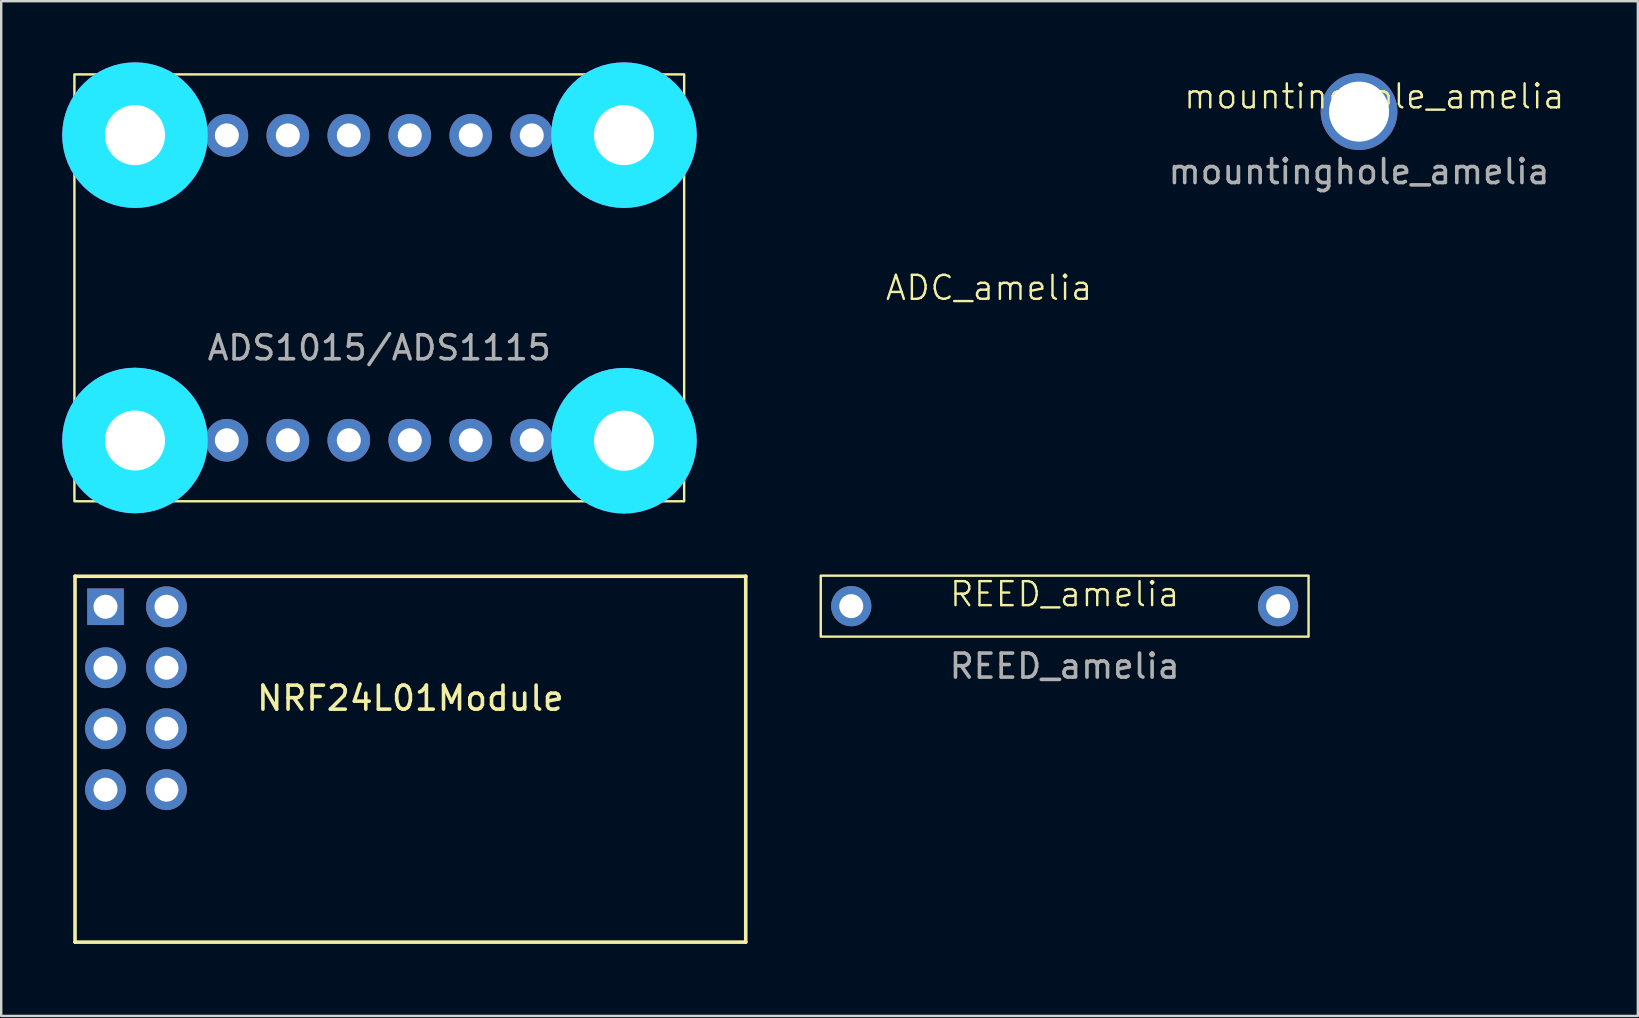
<source format=kicad_pcb>
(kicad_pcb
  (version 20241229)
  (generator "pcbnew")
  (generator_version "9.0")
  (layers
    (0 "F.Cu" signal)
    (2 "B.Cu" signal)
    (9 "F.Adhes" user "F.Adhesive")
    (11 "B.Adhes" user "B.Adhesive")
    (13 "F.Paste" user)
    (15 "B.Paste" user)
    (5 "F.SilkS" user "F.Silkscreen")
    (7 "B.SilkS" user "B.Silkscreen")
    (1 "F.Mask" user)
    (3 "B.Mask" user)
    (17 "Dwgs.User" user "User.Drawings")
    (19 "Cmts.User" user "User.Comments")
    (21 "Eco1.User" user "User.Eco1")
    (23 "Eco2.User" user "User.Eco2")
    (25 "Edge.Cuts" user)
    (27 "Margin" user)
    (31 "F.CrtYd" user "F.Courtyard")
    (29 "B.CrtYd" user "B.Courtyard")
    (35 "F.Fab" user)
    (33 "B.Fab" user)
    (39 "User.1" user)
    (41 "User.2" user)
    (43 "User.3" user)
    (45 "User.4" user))
  (footprint "mountinghole_amelia"
    (layer "F.Cu")
    (at 53.563 1.6)
    (property "Reference" "mountinghole_amelia" (at 0.635 -0.635 0) (unlocked yes) (layer "F.SilkS") (effects (font (size 1 1) (thickness 0.1))))
    (attr smd)
    (fp_text user "${REFERENCE}" (at 0 2.5 0) (unlocked yes) (layer "F.Fab") (effects (font (size 1 1) (thickness 0.15))))
    (pad "P$1" thru_hole circle (at 0 0) (size 3.2 3.2) (drill 2.5) (layers "*.Cu" "*.Mask")))
  (footprint "ADC_amelia"
    (layer "F.Cu")
    (at 12.75 8.94)
    (property "Reference" "ADC_amelia" (at 25.4 0 0) (unlocked yes) (layer "F.SilkS") (effects (font (size 1 1) (thickness 0.1))))
    (attr smd)
    (fp_rect (start -12.7 -8.89) (end 12.7 8.89) (stroke (width 0.1) (type default)) (fill no) (layer "F.SilkS"))
    (fp_circle (center -10.176 -6.36) (end -8.176 -6.36) (stroke (width 0.203) (type solid)) (fill no) (layer "F.SilkS"))
    (fp_circle (center -10.176 6.36) (end -8.176 6.36) (stroke (width 0.203) (type solid)) (fill no) (layer "F.SilkS"))
    (fp_circle (center 10.192 -6.36) (end 12.192 -6.36) (stroke (width 0.203) (type solid)) (fill no) (layer "F.SilkS"))
    (fp_circle (center 10.192 6.37) (end 12.192 6.37) (stroke (width 0.203) (type solid)) (fill no) (layer "F.SilkS"))
    (fp_circle (center -10.176 -6.36) (end -9.176 -6.36) (stroke (width 2.032) (type solid)) (fill no) (layer "B.CrtYd"))
    (fp_circle (center -10.176 6.36) (end -9.176 6.36) (stroke (width 2.032) (type solid)) (fill no) (layer "B.CrtYd"))
    (fp_circle (center 10.192 -6.36) (end 11.192 -6.36) (stroke (width 2.032) (type solid)) (fill no) (layer "B.CrtYd"))
    (fp_circle (center 10.192 6.37) (end 11.192 6.37) (stroke (width 2.032) (type solid)) (fill no) (layer "B.CrtYd"))
    (fp_circle (center -10.176 -6.36) (end -9.176 -6.36) (stroke (width 2.032) (type solid)) (fill no) (layer "F.CrtYd"))
    (fp_circle (center -10.176 6.36) (end -9.176 6.36) (stroke (width 2.032) (type solid)) (fill no) (layer "F.CrtYd"))
    (fp_circle (center 10.192 -6.36) (end 11.192 -6.36) (stroke (width 2.032) (type solid)) (fill no) (layer "F.CrtYd"))
    (fp_circle (center 10.192 6.37) (end 11.192 6.37) (stroke (width 2.032) (type solid)) (fill no) (layer "F.CrtYd"))
    (fp_poly (pts (xy 6.096 -6.096) (xy 6.604 -6.096) (xy 6.604 -6.604) (xy 6.096 -6.604)) (stroke (width 0.1) (type default)) (fill no) (layer "F.Fab"))
    (fp_text user "ADS1015/ADS1115" (at 0 2.5 0) (unlocked yes) (layer "F.Fab") (effects (font (size 1 1) (thickness 0.15))))
    (pad "1" thru_hole circle (at 3.81 6.35 90) (size 1.778 1.778) (drill 1) (layers "*.Cu" "*.Mask"))
    (pad "2" thru_hole circle (at 6.35 6.35 90) (size 1.778 1.778) (drill 1) (layers "*.Cu" "*.Mask"))
    (pad "3" thru_hole circle (at -3.81 6.35 90) (size 1.778 1.778) (drill 1) (layers "*.Cu" "*.Mask"))
    (pad "4" thru_hole circle (at -3.81 -6.35 90) (size 1.778 1.778) (drill 1) (layers "*.Cu" "*.Mask"))
    (pad "5" thru_hole circle (at -1.27 -6.35 90) (size 1.778 1.778) (drill 1) (layers "*.Cu" "*.Mask"))
    (pad "6" thru_hole circle (at 1.27 -6.35 90) (size 1.778 1.778) (drill 1) (layers "*.Cu" "*.Mask"))
    (pad "7" thru_hole circle (at 3.81 -6.35 90) (size 1.778 1.778) (drill 1) (layers "*.Cu" "*.Mask"))
    (pad "8" thru_hole circle (at -6.35 6.35 90) (size 1.778 1.778) (drill 1) (layers "*.Cu" "*.Mask"))
    (pad "9" thru_hole circle (at -1.27 6.35 90) (size 1.778 1.778) (drill 1) (layers "*.Cu" "*.Mask"))
    (pad "10" thru_hole circle (at 1.27 6.35 90) (size 1.778 1.778) (drill 1) (layers "*.Cu" "*.Mask"))
    (pad "11" thru_hole circle (at -6.35 -6.35 90) (size 1.778 1.778) (drill 1) (layers "*.Cu" "*.Mask"))
    (pad "12" thru_hole circle (at 6.35 -6.35 90) (size 1.778 1.778) (drill 1) (layers "*.Cu" "*.Mask"))
    (pad "P$1" thru_hole circle (at -10.176 -6.36) (size 3.2 3.2) (drill 2.5) (layers "*.Cu" "*.Mask"))
    (pad "P$1" thru_hole circle (at -10.176 6.36) (size 3.2 3.2) (drill 2.5) (layers "*.Cu" "*.Mask"))
    (pad "P$1" thru_hole circle (at 10.192 -6.36) (size 3.2 3.2) (drill 2.5) (layers "*.Cu" "*.Mask"))
    (pad "P$1" thru_hole circle (at 10.192 6.37) (size 3.2 3.2) (drill 2.5) (layers "*.Cu" "*.Mask"))
    (zone (net_name "") (layer "F.Cu") (hatch edge 0.5) (connect_pads) (min_thickness 0.25) (filled_areas_thickness no) (keepout (tracks not_allowed) (vias not_allowed) (pads not_allowed) (copperpour not_allowed) (footprints allowed)) (placement (enabled no)) (fill) (polygon (pts (xy 4.606 2.58) (xy 4.586 2.299) (xy 4.528 2.024) (xy 4.432 1.76) (xy 4.3 1.512) (xy 4.134 1.284) (xy 3.939 1.082) (xy 3.717 0.909) (xy 3.474 0.768) (xy 3.213 0.663) (xy 2.94 0.595) (xy 2.66 0.565) (xy 2.379 0.575) (xy 2.102 0.624) (xy 1.835 0.711) (xy 1.582 0.834) (xy 1.349 0.991) (xy 1.14 1.18) (xy 0.959 1.395) (xy 0.81 1.634) (xy 0.696 1.89) (xy 0.618 2.161) (xy 0.579 2.439) (xy 0.579 2.721) (xy 0.618 2.999) (xy 0.696 3.27) (xy 0.81 3.526) (xy 0.959 3.765) (xy 1.14 3.98) (xy 1.349 4.169) (xy 1.582 4.326) (xy 1.835 4.449) (xy 2.102 4.536) (xy 2.379 4.585) (xy 2.66 4.595) (xy 2.94 4.565) (xy 3.213 4.497) (xy 3.474 4.392) (xy 3.717 4.251) (xy 3.939 4.078) (xy 4.134 3.876) (xy 4.3 3.648) (xy 4.432 3.4) (xy 4.528 3.136) (xy 4.586 2.861))) (polygon (pts (xy 2.574 2.58) (xy 2.579 2.591) (xy 2.59 2.596) (xy 2.601 2.591) (xy 2.606 2.58) (xy 2.601 2.569) (xy 2.59 2.564) (xy 2.579 2.569))))
    (zone (net_name "") (layer "F.Cu") (hatch edge 0.5) (connect_pads) (min_thickness 0.25) (filled_areas_thickness no) (keepout (tracks not_allowed) (vias not_allowed) (pads not_allowed) (copperpour not_allowed) (footprints allowed)) (placement (enabled no)) (fill) (polygon (pts (xy 4.606 15.3) (xy 4.586 15.019) (xy 4.528 14.744) (xy 4.432 14.48) (xy 4.3 14.232) (xy 4.134 14.004) (xy 3.939 13.802) (xy 3.717 13.629) (xy 3.474 13.488) (xy 3.213 13.383) (xy 2.94 13.315) (xy 2.66 13.285) (xy 2.379 13.295) (xy 2.102 13.344) (xy 1.835 13.431) (xy 1.582 13.554) (xy 1.349 13.711) (xy 1.14 13.9) (xy 0.959 14.115) (xy 0.81 14.354) (xy 0.696 14.61) (xy 0.618 14.881) (xy 0.579 15.159) (xy 0.579 15.441) (xy 0.618 15.719) (xy 0.696 15.99) (xy 0.81 16.246) (xy 0.959 16.485) (xy 1.14 16.7) (xy 1.349 16.889) (xy 1.582 17.046) (xy 1.835 17.169) (xy 2.102 17.256) (xy 2.379 17.305) (xy 2.66 17.315) (xy 2.94 17.285) (xy 3.213 17.217) (xy 3.474 17.112) (xy 3.717 16.971) (xy 3.939 16.798) (xy 4.134 16.596) (xy 4.3 16.368) (xy 4.432 16.12) (xy 4.528 15.856) (xy 4.586 15.581))) (polygon (pts (xy 2.574 15.3) (xy 2.579 15.311) (xy 2.59 15.316) (xy 2.601 15.311) (xy 2.606 15.3) (xy 2.601 15.289) (xy 2.59 15.284) (xy 2.579 15.289))))
    (zone (net_name "") (layer "F.Cu") (hatch edge 0.5) (connect_pads) (min_thickness 0.25) (filled_areas_thickness no) (keepout (tracks not_allowed) (vias not_allowed) (pads not_allowed) (copperpour not_allowed) (footprints allowed)) (placement (enabled no)) (fill) (polygon (pts (xy 24.974 15.31) (xy 24.954 15.029) (xy 24.896 14.754) (xy 24.8 14.49) (xy 24.668 14.242) (xy 24.502 14.014) (xy 24.307 13.812) (xy 24.085 13.639) (xy 23.842 13.498) (xy 23.581 13.393) (xy 23.308 13.325) (xy 23.028 13.295) (xy 22.747 13.305) (xy 22.47 13.354) (xy 22.203 13.441) (xy 21.95 13.564) (xy 21.717 13.721) (xy 21.508 13.91) (xy 21.327 14.125) (xy 21.178 14.364) (xy 21.064 14.62) (xy 20.986 14.891) (xy 20.947 15.169) (xy 20.947 15.451) (xy 20.986 15.729) (xy 21.064 16) (xy 21.178 16.256) (xy 21.327 16.495) (xy 21.508 16.71) (xy 21.717 16.899) (xy 21.95 17.056) (xy 22.203 17.179) (xy 22.47 17.266) (xy 22.747 17.315) (xy 23.028 17.325) (xy 23.308 17.295) (xy 23.581 17.227) (xy 23.842 17.122) (xy 24.085 16.981) (xy 24.307 16.808) (xy 24.502 16.606) (xy 24.668 16.378) (xy 24.8 16.13) (xy 24.896 15.866) (xy 24.954 15.591))) (polygon (pts (xy 22.942 15.31) (xy 22.947 15.321) (xy 22.958 15.326) (xy 22.969 15.321) (xy 22.974 15.31) (xy 22.969 15.299) (xy 22.958 15.294) (xy 22.947 15.299))))
    (zone (net_name "") (layer "B.Cu") (hatch edge 0.5) (connect_pads) (min_thickness 0.25) (filled_areas_thickness no) (keepout (tracks not_allowed) (vias not_allowed) (pads not_allowed) (copperpour not_allowed) (footprints allowed)) (placement (enabled no)) (fill) (polygon (pts (xy 4.606 2.58) (xy 4.586 2.299) (xy 4.528 2.024) (xy 4.432 1.76) (xy 4.3 1.512) (xy 4.134 1.284) (xy 3.939 1.082) (xy 3.717 0.909) (xy 3.474 0.768) (xy 3.213 0.663) (xy 2.94 0.595) (xy 2.66 0.565) (xy 2.379 0.575) (xy 2.102 0.624) (xy 1.835 0.711) (xy 1.582 0.834) (xy 1.349 0.991) (xy 1.14 1.18) (xy 0.959 1.395) (xy 0.81 1.634) (xy 0.696 1.89) (xy 0.618 2.161) (xy 0.579 2.439) (xy 0.579 2.721) (xy 0.618 2.999) (xy 0.696 3.27) (xy 0.81 3.526) (xy 0.959 3.765) (xy 1.14 3.98) (xy 1.349 4.169) (xy 1.582 4.326) (xy 1.835 4.449) (xy 2.102 4.536) (xy 2.379 4.585) (xy 2.66 4.595) (xy 2.94 4.565) (xy 3.213 4.497) (xy 3.474 4.392) (xy 3.717 4.251) (xy 3.939 4.078) (xy 4.134 3.876) (xy 4.3 3.648) (xy 4.432 3.4) (xy 4.528 3.136) (xy 4.586 2.861))) (polygon (pts (xy 2.574 2.58) (xy 2.579 2.591) (xy 2.59 2.596) (xy 2.601 2.591) (xy 2.606 2.58) (xy 2.601 2.569) (xy 2.59 2.564) (xy 2.579 2.569))))
    (zone (net_name "") (layer "B.Cu") (hatch edge 0.5) (connect_pads) (min_thickness 0.25) (filled_areas_thickness no) (keepout (tracks not_allowed) (vias not_allowed) (pads not_allowed) (copperpour not_allowed) (footprints allowed)) (placement (enabled no)) (fill) (polygon (pts (xy 4.606 15.3) (xy 4.586 15.019) (xy 4.528 14.744) (xy 4.432 14.48) (xy 4.3 14.232) (xy 4.134 14.004) (xy 3.939 13.802) (xy 3.717 13.629) (xy 3.474 13.488) (xy 3.213 13.383) (xy 2.94 13.315) (xy 2.66 13.285) (xy 2.379 13.295) (xy 2.102 13.344) (xy 1.835 13.431) (xy 1.582 13.554) (xy 1.349 13.711) (xy 1.14 13.9) (xy 0.959 14.115) (xy 0.81 14.354) (xy 0.696 14.61) (xy 0.618 14.881) (xy 0.579 15.159) (xy 0.579 15.441) (xy 0.618 15.719) (xy 0.696 15.99) (xy 0.81 16.246) (xy 0.959 16.485) (xy 1.14 16.7) (xy 1.349 16.889) (xy 1.582 17.046) (xy 1.835 17.169) (xy 2.102 17.256) (xy 2.379 17.305) (xy 2.66 17.315) (xy 2.94 17.285) (xy 3.213 17.217) (xy 3.474 17.112) (xy 3.717 16.971) (xy 3.939 16.798) (xy 4.134 16.596) (xy 4.3 16.368) (xy 4.432 16.12) (xy 4.528 15.856) (xy 4.586 15.581))) (polygon (pts (xy 2.574 15.3) (xy 2.579 15.311) (xy 2.59 15.316) (xy 2.601 15.311) (xy 2.606 15.3) (xy 2.601 15.289) (xy 2.59 15.284) (xy 2.579 15.289))))
    (zone (net_name "") (layer "B.Cu") (hatch edge 0.5) (connect_pads) (min_thickness 0.25) (filled_areas_thickness no) (keepout (tracks not_allowed) (vias not_allowed) (pads not_allowed) (copperpour not_allowed) (footprints allowed)) (placement (enabled no)) (fill) (polygon (pts (xy 24.974 15.31) (xy 24.954 15.029) (xy 24.896 14.754) (xy 24.8 14.49) (xy 24.668 14.242) (xy 24.502 14.014) (xy 24.307 13.812) (xy 24.085 13.639) (xy 23.842 13.498) (xy 23.581 13.393) (xy 23.308 13.325) (xy 23.028 13.295) (xy 22.747 13.305) (xy 22.47 13.354) (xy 22.203 13.441) (xy 21.95 13.564) (xy 21.717 13.721) (xy 21.508 13.91) (xy 21.327 14.125) (xy 21.178 14.364) (xy 21.064 14.62) (xy 20.986 14.891) (xy 20.947 15.169) (xy 20.947 15.451) (xy 20.986 15.729) (xy 21.064 16) (xy 21.178 16.256) (xy 21.327 16.495) (xy 21.508 16.71) (xy 21.717 16.899) (xy 21.95 17.056) (xy 22.203 17.179) (xy 22.47 17.266) (xy 22.747 17.315) (xy 23.028 17.325) (xy 23.308 17.295) (xy 23.581 17.227) (xy 23.842 17.122) (xy 24.085 16.981) (xy 24.307 16.808) (xy 24.502 16.606) (xy 24.668 16.378) (xy 24.8 16.13) (xy 24.896 15.866) (xy 24.954 15.591))) (polygon (pts (xy 22.942 15.31) (xy 22.947 15.321) (xy 22.958 15.326) (xy 22.969 15.321) (xy 22.974 15.31) (xy 22.969 15.299) (xy 22.958 15.294) (xy 22.947 15.299)))))
  (footprint "REED_amelia"
    (layer "F.Cu")
    (at 41.3 22.2)
    (property "Reference" "REED_amelia" (at 0 -0.5 0) (unlocked yes) (layer "F.SilkS") (effects (font (size 1 1) (thickness 0.1))))
    (attr smd)
    (fp_rect (start -10.16 -1.27) (end 10.16 1.27) (stroke (width 0.1) (type default)) (fill no) (layer "F.SilkS"))
    (fp_text user "${REFERENCE}" (at 0 2.5 0) (unlocked yes) (layer "F.Fab") (effects (font (size 1 1) (thickness 0.15))))
    (pad "1" thru_hole circle (at -8.89 0 90) (size 1.676 1.676) (drill 1) (layers "*.Cu" "*.Mask"))
    (pad "2" thru_hole circle (at 8.89 0 90) (size 1.676 1.676) (drill 1) (layers "*.Cu" "*.Mask")))
  (footprint "NRF24L01Module"
    (layer "F.Cu")
    (at 3.885 24.765)
    (property "Reference" "NRF24L01Module" (at 10.16 1.27 0) (layer "F.SilkS") (effects (font (size 1 1) (thickness 0.15))))
    (attr through_hole)
    (fp_line (start -3.81 -3.81) (end -3.81 11.43) (stroke (width 0.15) (type solid)) (layer "F.SilkS"))
    (fp_line (start -3.81 11.43) (end 24.13 11.43) (stroke (width 0.15) (type solid)) (layer "F.SilkS"))
    (fp_line (start 24.13 -3.81) (end -3.81 -3.81) (stroke (width 0.15) (type solid)) (layer "F.SilkS"))
    (fp_line (start 24.13 11.43) (end 24.13 -3.81) (stroke (width 0.15) (type solid)) (layer "F.SilkS"))
    (pad "1" thru_hole rect (at -2.54 -2.54) (size 1.524 1.524) (drill 1) (layers "*.Cu" "*.Mask"))
    (pad "2" thru_hole circle (at 0 -2.54) (size 1.7 1.7) (drill 1) (layers "*.Cu" "*.Mask"))
    (pad "3" thru_hole circle (at -2.54 0) (size 1.7 1.7) (drill 1) (layers "*.Cu" "*.Mask"))
    (pad "4" thru_hole circle (at 0 0) (size 1.7 1.7) (drill 1) (layers "*.Cu" "*.Mask"))
    (pad "5" thru_hole circle (at -2.54 2.54) (size 1.7 1.7) (drill 1) (layers "*.Cu" "*.Mask"))
    (pad "6" thru_hole circle (at 0 2.54) (size 1.7 1.7) (drill 1) (layers "*.Cu" "*.Mask"))
    (pad "7" thru_hole circle (at -2.54 5.08) (size 1.7 1.7) (drill 1) (layers "*.Cu" "*.Mask"))
    (pad "8" thru_hole circle (at 0 5.08) (size 1.7 1.7) (drill 1) (layers "*.Cu" "*.Mask")))
  (gr_rect
    (start -3 -3)
    (end 65.177 39.27)
    (stroke (width 0.1) (type default))
    (fill no)
    (layer "Edge.Cuts")))
</source>
